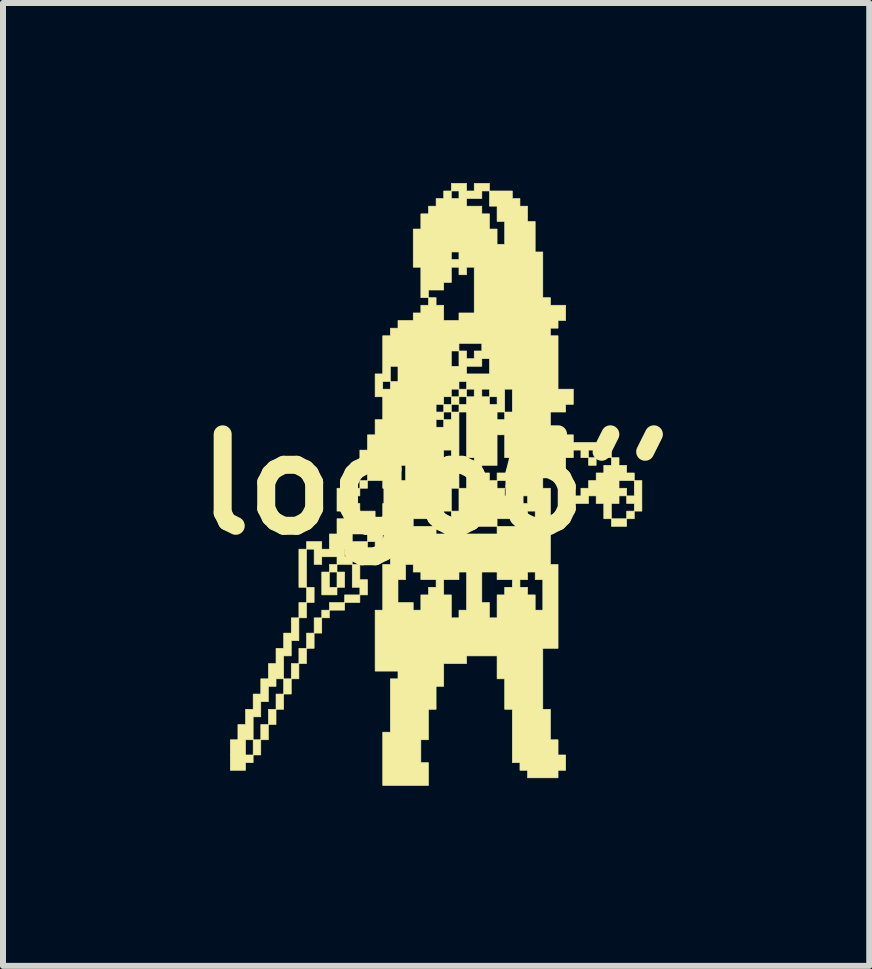
<source format=kicad_pcb>
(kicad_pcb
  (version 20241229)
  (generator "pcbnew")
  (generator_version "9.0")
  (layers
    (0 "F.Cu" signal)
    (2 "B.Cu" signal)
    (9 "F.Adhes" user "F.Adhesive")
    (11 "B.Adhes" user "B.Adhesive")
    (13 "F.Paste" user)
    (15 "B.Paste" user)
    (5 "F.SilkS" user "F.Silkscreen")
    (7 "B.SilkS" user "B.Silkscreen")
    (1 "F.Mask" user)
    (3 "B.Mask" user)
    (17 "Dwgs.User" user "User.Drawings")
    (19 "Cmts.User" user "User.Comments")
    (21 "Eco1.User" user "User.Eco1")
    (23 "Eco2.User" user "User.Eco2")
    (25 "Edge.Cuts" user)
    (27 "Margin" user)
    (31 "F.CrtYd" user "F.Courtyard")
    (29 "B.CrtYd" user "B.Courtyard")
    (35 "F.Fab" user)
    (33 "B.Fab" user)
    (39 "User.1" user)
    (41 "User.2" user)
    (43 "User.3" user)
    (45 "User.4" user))
  (footprint "logo6''"
    (layer "F.Cu")
    (at 4.216 5.021)
    (property "Reference" "logo6''" (at 0 0 0) (layer "F.SilkS") (effects (font (size 1.524 1.524) (thickness 0.3))))
    (attr through_hole)
    (fp_poly (pts (xy -1.27 0.191) (xy -1.397 0.191) (xy -1.397 0.064) (xy -1.27 0.064) (xy -1.27 0.191)) (stroke (width 0.01) (type solid)) (fill yes) (layer "F.SilkS"))
    (fp_poly (pts (xy -1.143 0.064) (xy -1.27 0.064) (xy -1.27 -0.064) (xy -1.143 -0.064) (xy -1.143 0.064)) (stroke (width 0.01) (type solid)) (fill yes) (layer "F.SilkS"))
    (fp_poly (pts (xy 0.254 -1.206) (xy 0.127 -1.206) (xy 0.127 -1.333) (xy 0.254 -1.333) (xy 0.254 -1.206)) (stroke (width 0.01) (type solid)) (fill yes) (layer "F.SilkS"))
    (fp_poly (pts (xy 0.381 -1.333) (xy 0.254 -1.333) (xy 0.254 -1.46) (xy 0.381 -1.46) (xy 0.381 -1.333)) (stroke (width 0.01) (type solid)) (fill yes) (layer "F.SilkS"))
    (fp_poly (pts (xy 0.508 -1.46) (xy 0.381 -1.46) (xy 0.381 -1.587) (xy 0.508 -1.587) (xy 0.508 -1.46)) (stroke (width 0.01) (type solid)) (fill yes) (layer "F.SilkS"))
    (fp_poly (pts (xy 2.286 0.191) (xy 2.159 0.191) (xy 2.159 -0.064) (xy 2.286 -0.064) (xy 2.286 0.191)) (stroke (width 0.01) (type solid)) (fill yes) (layer "F.SilkS"))
    (fp_poly (pts (xy 2.667 -0.318) (xy 2.54 -0.318) (xy 2.54 -0.445) (xy 2.667 -0.445) (xy 2.667 -0.318)) (stroke (width 0.01) (type solid)) (fill yes) (layer "F.SilkS"))
    (fp_poly (pts (xy 2.921 -0.445) (xy 2.667 -0.445) (xy 2.667 -0.572) (xy 2.921 -0.572) (xy 2.921 -0.445)) (stroke (width 0.01) (type solid)) (fill yes) (layer "F.SilkS"))
    (fp_poly (pts (xy -1.524 1.46) (xy -1.524 1.714) (xy -1.651 1.714) (xy -1.651 1.841) (xy -1.905 1.841) (xy -1.905 1.46) (xy -1.778 1.46) (xy -1.778 1.714) (xy -1.651 1.714) (xy -1.651 1.46) (xy -1.778 1.46) (xy -1.778 1.333) (xy -1.651 1.333) (xy -1.651 1.46) (xy -1.524 1.46)) (stroke (width 0.01) (type solid)) (fill yes) (layer "F.SilkS"))
    (fp_poly (pts (xy 3.429 -0.064) (xy 3.429 0.445) (xy 3.302 0.445) (xy 3.302 0.572) (xy 3.175 0.572) (xy 3.175 0.699) (xy 2.921 0.699) (xy 2.921 0.572) (xy 2.794 0.572) (xy 2.794 0.318) (xy 2.921 0.318) (xy 2.921 0.572) (xy 3.175 0.572) (xy 3.175 0.445) (xy 3.302 0.445) (xy 3.302 0.318) (xy 3.175 0.318) (xy 3.175 0.191) (xy 3.048 0.191) (xy 3.048 0.318) (xy 2.921 0.318) (xy 2.794 0.318) (xy 2.667 0.318) (xy 2.667 0.191) (xy 2.54 0.191) (xy 2.54 0.318) (xy 2.286 0.318) (xy 2.286 0.191) (xy 2.413 0.191) (xy 2.413 0.064) (xy 2.54 0.064) (xy 2.54 -0.064) (xy 2.667 -0.064) (xy 3.048 -0.064) (xy 3.048 0.064) (xy 3.175 0.064) (xy 3.175 0.191) (xy 3.302 0.191) (xy 3.302 -0.064) (xy 3.048 -0.064) (xy 2.667 -0.064) (xy 2.667 -0.191) (xy 2.794 -0.191) (xy 2.794 -0.318) (xy 2.921 -0.318) (xy 2.921 -0.445) (xy 3.048 -0.445) (xy 3.048 -0.318) (xy 3.175 -0.318) (xy 3.175 -0.191) (xy 3.302 -0.191) (xy 3.302 -0.064) (xy 3.429 -0.064)) (stroke (width 0.01) (type solid)) (fill yes) (layer "F.SilkS"))
    (fp_poly (pts (xy 1.27 -4.889) (xy 1.27 -4.763) (xy 1.397 -4.763) (xy 1.397 -4.636) (xy 1.524 -4.636) (xy 1.524 -4.381) (xy 1.651 -4.381) (xy 1.651 -3.873) (xy 1.778 -3.873) (xy 1.778 -3.111) (xy 1.905 -3.111) (xy 1.905 -2.985) (xy 2.159 -2.985) (xy 2.159 -2.731) (xy 2.032 -2.731) (xy 2.032 -2.603) (xy 1.905 -2.603) (xy 1.905 -2.477) (xy 2.032 -2.477) (xy 2.032 -1.587) (xy 2.286 -1.587) (xy 2.286 -1.333) (xy 2.159 -1.333) (xy 2.159 -1.206) (xy 1.905 -1.206) (xy 1.905 -0.953) (xy 2.032 -0.953) (xy 2.032 -0.826) (xy 2.286 -0.826) (xy 2.286 -0.699) (xy 2.667 -0.699) (xy 2.667 -0.572) (xy 2.54 -0.572) (xy 2.54 -0.445) (xy 2.413 -0.445) (xy 2.413 -0.572) (xy 2.286 -0.572) (xy 2.286 -0.445) (xy 2.159 -0.445) (xy 2.159 -0.064) (xy 2.032 -0.064) (xy 2.032 -0.191) (xy 1.905 -0.191) (xy 1.905 -0.318) (xy 1.778 -0.318) (xy 1.778 0.064) (xy 1.905 0.064) (xy 1.905 1.333) (xy 2.032 1.333) (xy 2.032 2.731) (xy 1.778 2.731) (xy 1.778 3.747) (xy 1.905 3.747) (xy 1.905 4.255) (xy 2.032 4.255) (xy 2.032 4.508) (xy 2.159 4.508) (xy 2.159 4.763) (xy 2.032 4.763) (xy 2.032 4.889) (xy 1.524 4.889) (xy 1.524 4.763) (xy 1.397 4.763) (xy 1.397 4.636) (xy 1.27 4.636) (xy 1.27 3.747) (xy 1.143 3.747) (xy 1.143 3.239) (xy 1.016 3.239) (xy 1.016 2.857) (xy 0.508 2.857) (xy 0.508 2.985) (xy 0.127 2.985) (xy 0.127 3.365) (xy 0 3.365) (xy 0 3.747) (xy -0.127 3.747) (xy -0.127 4.255) (xy -0.254 4.255) (xy -0.254 4.636) (xy -0.127 4.636) (xy -0.127 5.016) (xy -0.889 5.016) (xy -0.889 4.128) (xy -0.762 4.128) (xy -0.762 3.239) (xy -0.635 3.239) (xy -0.635 3.111) (xy -1.016 3.111) (xy -1.016 2.095) (xy -0.889 2.095) (xy -0.889 1.587) (xy -0.635 1.587) (xy -0.635 1.968) (xy -0.381 1.968) (xy -0.381 2.095) (xy -0.254 2.095) (xy -0.254 1.841) (xy -0.127 1.841) (xy -0.127 1.714) (xy 0 1.714) (xy 0 1.587) (xy 0.127 1.587) (xy 0.127 1.841) (xy 0.254 1.841) (xy 0.254 2.223) (xy 0.381 2.223) (xy 0.381 2.095) (xy 0.508 2.095) (xy 0.508 1.46) (xy 0.762 1.46) (xy 0.762 1.968) (xy 0.889 1.968) (xy 0.889 2.223) (xy 1.016 2.223) (xy 1.016 1.841) (xy 1.143 1.841) (xy 1.143 1.714) (xy 1.27 1.714) (xy 1.27 1.587) (xy 1.397 1.587) (xy 1.397 1.714) (xy 1.524 1.714) (xy 1.524 1.841) (xy 1.651 1.841) (xy 1.651 2.095) (xy 1.778 2.095) (xy 1.778 1.587) (xy 1.651 1.587) (xy 1.651 1.46) (xy 1.524 1.46) (xy 1.524 1.587) (xy 1.397 1.587) (xy 1.27 1.587) (xy 1.016 1.587) (xy 1.016 1.46) (xy 0.762 1.46) (xy 0.508 1.46) (xy 0.381 1.46) (xy 0.381 1.587) (xy 0.127 1.587) (xy 0 1.587) (xy -0.254 1.587) (xy -0.254 1.46) (xy -0.381 1.46) (xy -0.381 1.333) (xy -0.508 1.333) (xy -0.508 1.587) (xy -0.635 1.587) (xy -0.889 1.587) (xy -0.889 1.333) (xy -0.762 1.333) (xy -0.762 0.699) (xy -0.889 0.699) (xy -0.889 1.079) (xy -1.016 1.079) (xy -1.016 1.206) (xy -1.143 1.206) (xy -1.143 1.333) (xy -1.27 1.333) (xy -1.27 1.587) (xy -1.143 1.587) (xy -1.143 1.841) (xy -1.27 1.841) (xy -1.27 1.968) (xy -1.524 1.968) (xy -1.524 2.095) (xy -1.778 2.095) (xy -1.778 2.223) (xy -1.905 2.223) (xy -1.905 2.477) (xy -2.032 2.477) (xy -2.032 2.731) (xy -2.159 2.731) (xy -2.159 2.985) (xy -2.286 2.985) (xy -2.286 3.239) (xy -2.413 3.239) (xy -2.413 3.493) (xy -2.54 3.493) (xy -2.54 3.747) (xy -2.667 3.747) (xy -2.667 4) (xy -2.794 4) (xy -2.794 4.255) (xy -2.921 4.255) (xy -2.921 4.508) (xy -3.048 4.508) (xy -3.048 4.636) (xy -3.175 4.636) (xy -3.175 4.763) (xy -3.429 4.763) (xy -3.429 4.255) (xy -3.302 4.255) (xy -3.175 4.255) (xy -3.175 4.508) (xy -3.048 4.508) (xy -3.048 4.255) (xy -3.175 4.255) (xy -3.302 4.255) (xy -3.302 4) (xy -3.175 4) (xy -3.175 3.873) (xy -3.048 3.873) (xy -3.048 4.255) (xy -2.921 4.255) (xy -2.921 4) (xy -2.794 4) (xy -2.794 3.747) (xy -2.667 3.747) (xy -2.667 3.493) (xy -2.54 3.493) (xy -2.54 3.239) (xy -2.667 3.239) (xy -2.667 3.365) (xy -2.794 3.365) (xy -2.794 3.619) (xy -2.921 3.619) (xy -2.921 3.873) (xy -3.048 3.873) (xy -3.175 3.873) (xy -3.175 3.747) (xy -3.048 3.747) (xy -3.048 3.493) (xy -2.921 3.493) (xy -2.921 3.239) (xy -2.794 3.239) (xy -2.794 2.985) (xy -2.667 2.985) (xy -2.667 2.857) (xy -2.54 2.857) (xy -2.54 3.239) (xy -2.413 3.239) (xy -2.413 2.985) (xy -2.286 2.985) (xy -2.286 2.731) (xy -2.159 2.731) (xy -2.159 2.477) (xy -2.032 2.477) (xy -2.032 2.223) (xy -1.905 2.223) (xy -1.905 2.095) (xy -1.778 2.095) (xy -1.778 1.968) (xy -1.524 1.968) (xy -1.524 1.841) (xy -1.27 1.841) (xy -1.27 1.714) (xy -1.397 1.714) (xy -1.397 1.333) (xy -1.651 1.333) (xy -1.651 1.206) (xy -1.905 1.206) (xy -1.905 1.333) (xy -2.032 1.333) (xy -2.032 1.079) (xy -2.159 1.079) (xy -2.159 1.714) (xy -2.032 1.714) (xy -2.032 1.968) (xy -2.159 1.968) (xy -2.159 2.223) (xy -2.286 2.223) (xy -2.286 2.603) (xy -2.413 2.603) (xy -2.413 2.857) (xy -2.54 2.857) (xy -2.667 2.857) (xy -2.667 2.731) (xy -2.54 2.731) (xy -2.54 2.477) (xy -2.413 2.477) (xy -2.413 2.223) (xy -2.286 2.223) (xy -2.286 1.968) (xy -2.159 1.968) (xy -2.159 1.714) (xy -2.286 1.714) (xy -2.286 1.079) (xy -2.159 1.079) (xy -2.159 0.953) (xy -1.905 0.953) (xy -1.905 1.079) (xy -1.778 1.079) (xy -1.524 1.079) (xy -1.524 1.206) (xy -1.397 1.206) (xy -1.397 1.333) (xy -1.27 1.333) (xy -1.27 1.206) (xy -1.143 1.206) (xy -1.143 1.079) (xy -1.524 1.079) (xy -1.778 1.079) (xy -1.778 0.826) (xy -1.651 0.826) (xy -1.397 0.826) (xy -1.397 0.953) (xy -1.143 0.953) (xy -1.143 1.079) (xy -1.016 1.079) (xy -1.016 0.953) (xy -1.143 0.953) (xy -1.143 0.826) (xy -1.397 0.826) (xy -1.651 0.826) (xy -1.651 0.572) (xy -1.524 0.572) (xy -1.524 0.445) (xy -1.651 0.445) (xy -1.651 0.064) (xy -1.524 0.064) (xy -1.524 0.318) (xy -1.27 0.318) (xy -1.27 0.445) (xy -1.016 0.445) (xy -1.016 0.572) (xy -0.889 0.572) (xy -0.889 0.318) (xy -0.762 0.318) (xy -0.762 0.699) (xy -0.635 0.699) (xy -0.635 0.572) (xy -0.381 0.572) (xy -0.381 0.699) (xy 0 0.699) (xy 0 0.826) (xy 1.016 0.826) (xy 1.016 0.699) (xy 0.254 0.699) (xy 0.254 0.572) (xy 1.016 0.572) (xy 1.016 0.699) (xy 1.397 0.699) (xy 1.397 0.445) (xy 1.524 0.445) (xy 1.524 0.572) (xy 1.651 0.572) (xy 1.651 0.445) (xy 1.524 0.445) (xy 1.397 0.445) (xy 1.397 0.318) (xy 1.27 0.318) (xy 1.27 0.572) (xy 1.016 0.572) (xy 0.254 0.572) (xy 0.254 0.445) (xy 0.127 0.445) (xy 0.127 0.699) (xy 0 0.699) (xy 0 0.572) (xy -0.381 0.572) (xy -0.635 0.572) (xy -0.635 0.318) (xy -0.762 0.318) (xy -0.762 0.064) (xy -0.889 0.064) (xy -0.889 -0.064) (xy -1.143 -0.064) (xy -1.143 -0.191) (xy -0.762 -0.191) (xy -0.762 0.064) (xy -0.635 0.064) (xy 0.254 0.064) (xy 0.254 0.445) (xy 0.381 0.445) (xy 0.381 0.064) (xy 0.254 0.064) (xy -0.635 0.064) (xy -0.635 -0.064) (xy -0.508 -0.064) (xy -0.508 -0.191) (xy 0.381 -0.191) (xy 0.381 0.064) (xy 0.508 0.064) (xy 0.508 -0.191) (xy 0.381 -0.191) (xy -0.508 -0.191) (xy -0.508 -0.318) (xy -0.635 -0.318) (xy -0.635 -0.191) (xy -0.762 -0.191) (xy -1.143 -0.191) (xy -1.397 -0.191) (xy -1.397 0.064) (xy -1.524 0.064) (xy -1.524 -0.191) (xy -1.397 -0.191) (xy -1.397 -0.318) (xy -1.27 -0.318) (xy -1.27 -0.572) (xy -1.143 -0.572) (xy 0.127 -0.572) (xy 0.127 -0.445) (xy 0.254 -0.445) (xy 0.254 -0.318) (xy 0.635 -0.318) (xy 0.762 -0.318) (xy 0.762 -0.191) (xy 0.889 -0.191) (xy 0.889 -0.064) (xy 1.016 -0.064) (xy 1.016 0.064) (xy 1.143 0.064) (xy 1.143 0.191) (xy 1.27 0.191) (xy 1.397 0.191) (xy 1.397 0.318) (xy 1.524 0.318) (xy 1.524 0.191) (xy 1.397 0.191) (xy 1.27 0.191) (xy 1.27 -0.064) (xy 1.016 -0.064) (xy 1.016 -0.191) (xy 1.27 -0.191) (xy 1.27 -0.445) (xy 1.143 -0.445) (xy 1.143 -0.826) (xy 1.016 -0.826) (xy 1.016 -0.318) (xy 0.762 -0.318) (xy 0.635 -0.318) (xy 0.635 -0.445) (xy 0.508 -0.445) (xy 0.508 -1.206) (xy 1.016 -1.206) (xy 1.016 -1.079) (xy 1.143 -1.079) (xy 1.143 -1.206) (xy 1.016 -1.206) (xy 0.508 -1.206) (xy 0.381 -1.206) (xy 0.381 -0.445) (xy 0.254 -0.445) (xy 0.254 -0.572) (xy 0.127 -0.572) (xy -1.143 -0.572) (xy -1.143 -0.826) (xy -1.016 -0.826) (xy -1.016 -1.079) (xy -0.889 -1.079) (xy 0 -1.079) (xy 0 -0.953) (xy 0.127 -0.953) (xy 0.127 -1.079) (xy 0 -1.079) (xy -0.889 -1.079) (xy -0.889 -1.333) (xy 0 -1.333) (xy 0 -1.206) (xy 0.127 -1.206) (xy 0.127 -1.079) (xy 0.254 -1.079) (xy 0.254 -1.206) (xy 0.381 -1.206) (xy 0.381 -1.333) (xy 0.508 -1.333) (xy 0.508 -1.46) (xy 0.635 -1.46) (xy 0.635 -1.587) (xy 0.762 -1.587) (xy 0.762 -1.46) (xy 0.889 -1.46) (xy 0.889 -1.333) (xy 1.016 -1.333) (xy 1.016 -1.46) (xy 0.889 -1.46) (xy 0.889 -1.587) (xy 1.143 -1.587) (xy 1.143 -1.206) (xy 1.27 -1.206) (xy 1.27 -1.587) (xy 1.143 -1.587) (xy 0.889 -1.587) (xy 0.762 -1.587) (xy 0.635 -1.587) (xy 0.508 -1.587) (xy 0.508 -1.714) (xy 0.381 -1.714) (xy 0.381 -1.587) (xy 0.254 -1.587) (xy 0.254 -1.46) (xy 0.127 -1.46) (xy 0.127 -1.333) (xy 0 -1.333) (xy -0.889 -1.333) (xy -0.889 -1.46) (xy -1.016 -1.46) (xy -1.016 -1.714) (xy -0.889 -1.714) (xy -0.889 -1.587) (xy -0.762 -1.587) (xy -0.762 -1.714) (xy -0.889 -1.714) (xy -1.016 -1.714) (xy -1.016 -1.841) (xy -0.889 -1.841) (xy -0.889 -1.968) (xy -0.762 -1.968) (xy -0.762 -1.714) (xy -0.635 -1.714) (xy -0.635 -1.968) (xy -0.762 -1.968) (xy -0.889 -1.968) (xy -0.889 -2.223) (xy 0.254 -2.223) (xy 0.254 -1.968) (xy 0.381 -1.968) (xy 0.508 -1.968) (xy 0.508 -1.841) (xy 0.889 -1.841) (xy 0.889 -2.095) (xy 0.762 -2.095) (xy 0.762 -1.968) (xy 0.508 -1.968) (xy 0.381 -1.968) (xy 0.381 -2.223) (xy 0.254 -2.223) (xy -0.889 -2.223) (xy -0.889 -2.349) (xy 0.381 -2.349) (xy 0.381 -2.223) (xy 0.508 -2.223) (xy 0.508 -2.095) (xy 0.635 -2.095) (xy 0.635 -2.223) (xy 0.762 -2.223) (xy 0.762 -2.349) (xy 0.381 -2.349) (xy -0.889 -2.349) (xy -0.889 -2.477) (xy -0.762 -2.477) (xy -0.762 -2.603) (xy -0.635 -2.603) (xy -0.635 -2.731) (xy -0.381 -2.731) (xy -0.381 -2.857) (xy -0.254 -2.857) (xy -0.254 -2.985) (xy -0.127 -2.985) (xy -0.127 -3.111) (xy -0.254 -3.111) (xy -0.254 -3.239) (xy -0.127 -3.239) (xy -0.127 -3.111) (xy 0 -3.111) (xy 0 -2.985) (xy 0.127 -2.985) (xy 0.127 -2.731) (xy 0.381 -2.731) (xy 0.381 -2.857) (xy 0.635 -2.857) (xy 0.635 -3.619) (xy 0.508 -3.619) (xy 0.508 -3.493) (xy 0.381 -3.493) (xy 0.381 -3.619) (xy 0.254 -3.619) (xy 0.254 -3.365) (xy 0.127 -3.365) (xy 0.127 -3.239) (xy -0.127 -3.239) (xy -0.254 -3.239) (xy -0.254 -3.619) (xy -0.381 -3.619) (xy -0.381 -3.873) (xy 0.254 -3.873) (xy 0.254 -3.747) (xy 0.381 -3.747) (xy 0.381 -3.873) (xy 0.254 -3.873) (xy -0.381 -3.873) (xy -0.381 -4.255) (xy -0.254 -4.255) (xy -0.254 -4.508) (xy -0.127 -4.508) (xy -0.127 -4.636) (xy 0 -4.636) (xy 0 -4.763) (xy 0.127 -4.763) (xy 0.127 -4.889) (xy 0.254 -4.889) (xy 0.254 -4.763) (xy 0.381 -4.763) (xy 0.508 -4.763) (xy 0.508 -4.636) (xy 0.762 -4.636) (xy 0.762 -4.508) (xy 0.889 -4.508) (xy 0.889 -4.255) (xy 1.016 -4.255) (xy 1.016 -4) (xy 1.143 -4) (xy 1.143 -4.381) (xy 1.016 -4.381) (xy 1.016 -4.636) (xy 0.889 -4.636) (xy 0.889 -4.889) (xy 0.762 -4.889) (xy 0.762 -4.763) (xy 0.508 -4.763) (xy 0.381 -4.763) (xy 0.381 -4.889) (xy 0.254 -4.889) (xy 0.254 -5.016) (xy 0.508 -5.016) (xy 0.508 -4.889) (xy 0.635 -4.889) (xy 0.635 -5.016) (xy 0.889 -5.016) (xy 0.889 -4.889) (xy 1.27 -4.889)) (stroke (width 0.01) (type solid)) (fill yes) (layer "F.SilkS")))
  (gr_rect
    (start -3 -3)
    (end 11.433 13.043)
    (stroke (width 0.1) (type default))
    (fill no)
    (layer "Edge.Cuts")))
</source>
